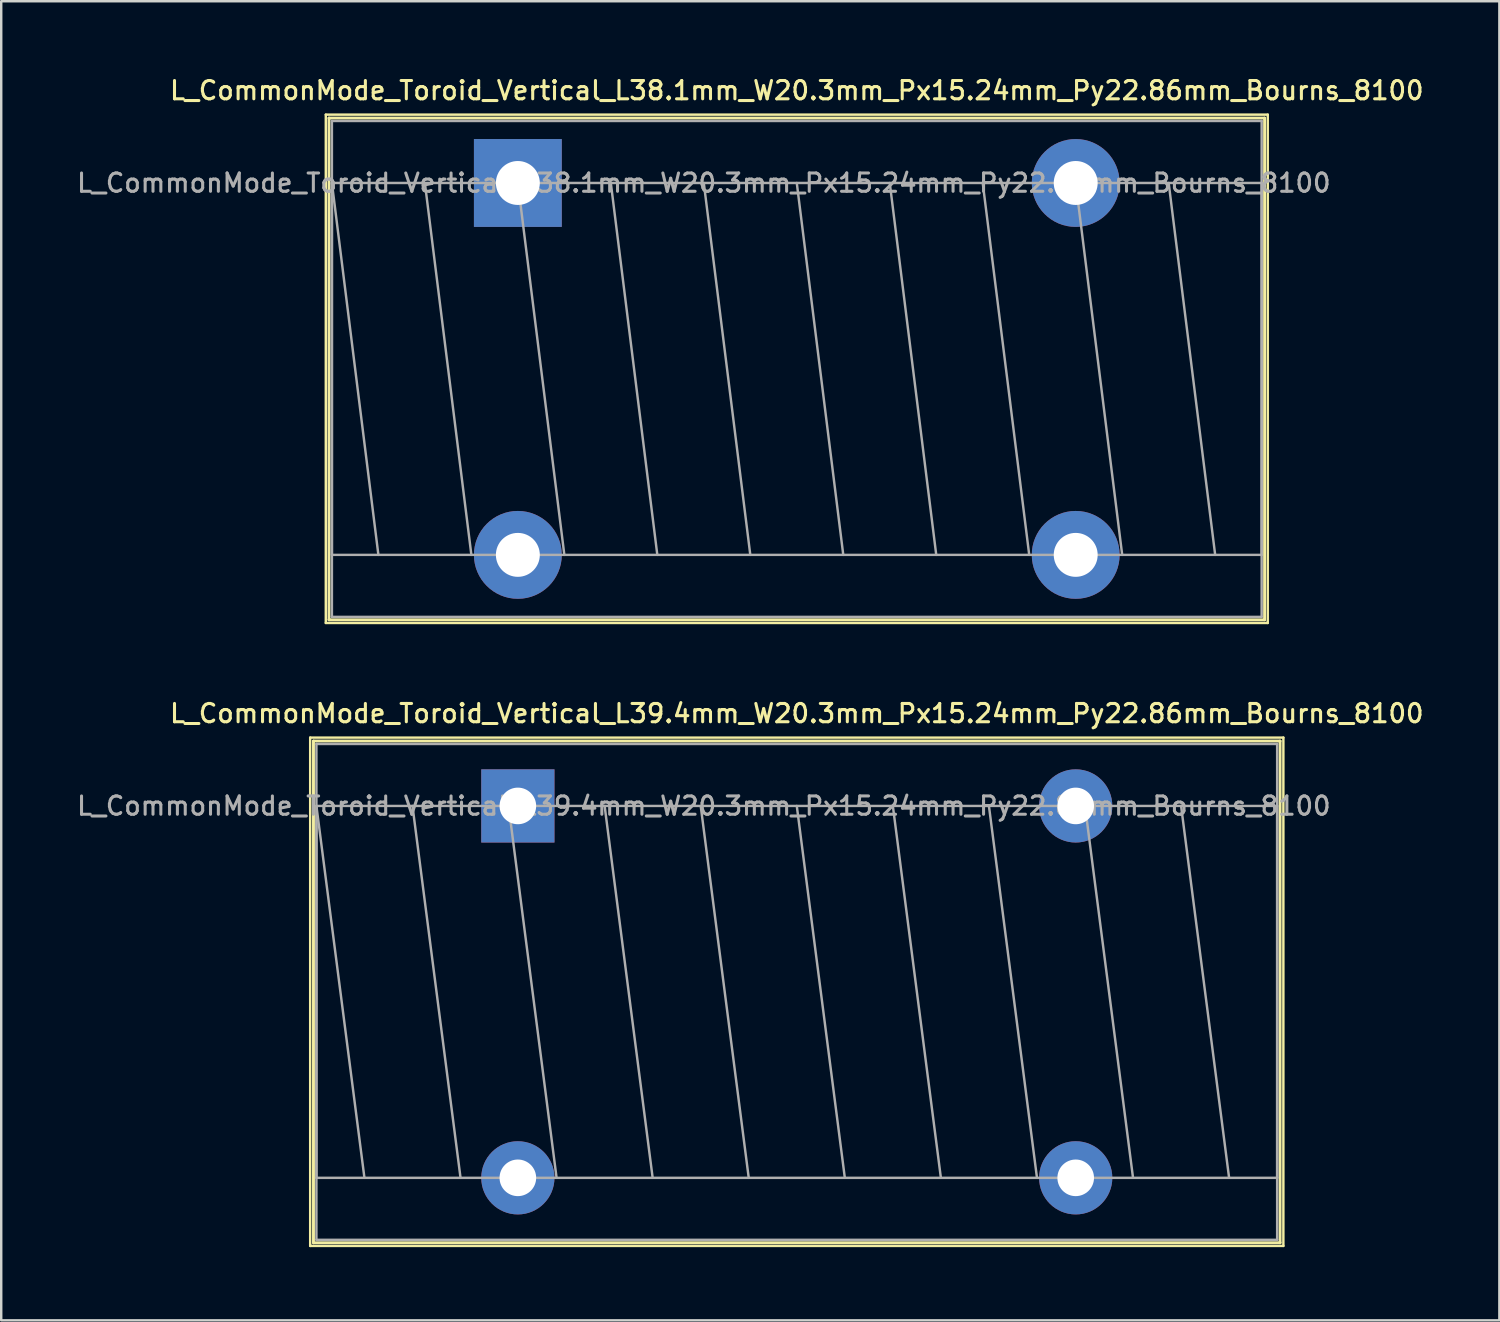
<source format=kicad_pcb>
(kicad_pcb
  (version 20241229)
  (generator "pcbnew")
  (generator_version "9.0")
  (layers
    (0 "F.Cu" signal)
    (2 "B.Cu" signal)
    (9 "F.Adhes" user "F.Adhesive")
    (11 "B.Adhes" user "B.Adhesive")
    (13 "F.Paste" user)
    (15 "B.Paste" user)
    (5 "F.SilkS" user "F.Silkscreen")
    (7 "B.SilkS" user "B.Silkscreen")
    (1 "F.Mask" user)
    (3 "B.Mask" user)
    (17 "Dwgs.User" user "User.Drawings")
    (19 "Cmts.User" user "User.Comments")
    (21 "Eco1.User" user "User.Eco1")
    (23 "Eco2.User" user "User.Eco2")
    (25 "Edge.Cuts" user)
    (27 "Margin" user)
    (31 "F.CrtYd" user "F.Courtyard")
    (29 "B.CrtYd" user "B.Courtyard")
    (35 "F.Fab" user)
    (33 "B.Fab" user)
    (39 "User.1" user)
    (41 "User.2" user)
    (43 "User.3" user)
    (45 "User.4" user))
  (footprint "L_CommonMode_Toroid_Vertical_L39.4mm_W20.3mm_Px15.24mm_Py22.86mm_Bourns_8100"
    (layer "F.Cu")
    (at 18.171 29.976)
    (property "Reference" "L_CommonMode_Toroid_Vertical_L39.4mm_W20.3mm_Px15.24mm_Py22.86mm_Bourns_8100" (at 11.43 -3.79 0) (layer "F.SilkS") (effects (font (size 0.75 0.75) (thickness 0.125))))
    (attr through_hole)
    (fp_line (start -8.51 -2.8) (end -8.51 18.03) (stroke (width 0.1) (type solid)) (layer "F.SilkS"))
    (fp_line (start -8.51 18.03) (end 31.37 18.03) (stroke (width 0.1) (type solid)) (layer "F.SilkS"))
    (fp_line (start -8.375 -2.66) (end -8.375 17.9) (stroke (width 0.12) (type solid)) (layer "F.SilkS"))
    (fp_line (start -8.375 -2.66) (end 31.235 -2.66) (stroke (width 0.12) (type solid)) (layer "F.SilkS"))
    (fp_line (start -8.375 17.9) (end 31.235 17.9) (stroke (width 0.12) (type solid)) (layer "F.SilkS"))
    (fp_line (start 31.235 -2.66) (end 31.235 17.9) (stroke (width 0.12) (type solid)) (layer "F.SilkS"))
    (fp_line (start 31.37 -2.8) (end -8.51 -2.8) (stroke (width 0.1) (type solid)) (layer "F.SilkS"))
    (fp_line (start 31.37 18.03) (end 31.37 -2.8) (stroke (width 0.1) (type solid)) (layer "F.SilkS"))
    (fp_line (start -8.255 -2.54) (end -8.255 17.78) (stroke (width 0.1) (type solid)) (layer "F.Fab"))
    (fp_line (start -8.255 0) (end -8.255 15.24) (stroke (width 0.1) (type solid)) (layer "F.Fab"))
    (fp_line (start -8.255 0) (end -6.287 15.24) (stroke (width 0.1) (type solid)) (layer "F.Fab"))
    (fp_line (start -8.255 15.24) (end 31.115 15.24) (stroke (width 0.1) (type solid)) (layer "F.Fab"))
    (fp_line (start -8.255 17.78) (end 31.115 17.78) (stroke (width 0.1) (type solid)) (layer "F.Fab"))
    (fp_line (start -4.318 0) (end -2.349 15.24) (stroke (width 0.1) (type solid)) (layer "F.Fab"))
    (fp_line (start -0.381 0) (end 1.587 15.24) (stroke (width 0.1) (type solid)) (layer "F.Fab"))
    (fp_line (start 3.556 0) (end 5.524 15.24) (stroke (width 0.1) (type solid)) (layer "F.Fab"))
    (fp_line (start 7.493 0) (end 9.461 15.24) (stroke (width 0.1) (type solid)) (layer "F.Fab"))
    (fp_line (start 11.43 0) (end 13.399 15.24) (stroke (width 0.1) (type solid)) (layer "F.Fab"))
    (fp_line (start 15.367 0) (end 17.335 15.24) (stroke (width 0.1) (type solid)) (layer "F.Fab"))
    (fp_line (start 19.304 0) (end 21.273 15.24) (stroke (width 0.1) (type solid)) (layer "F.Fab"))
    (fp_line (start 23.241 0) (end 25.209 15.24) (stroke (width 0.1) (type solid)) (layer "F.Fab"))
    (fp_line (start 27.178 0) (end 29.146 15.24) (stroke (width 0.1) (type solid)) (layer "F.Fab"))
    (fp_line (start 31.115 -2.54) (end -8.255 -2.54) (stroke (width 0.1) (type solid)) (layer "F.Fab"))
    (fp_line (start 31.115 0) (end -8.255 0) (stroke (width 0.1) (type solid)) (layer "F.Fab"))
    (fp_line (start 31.115 15.24) (end 31.115 0) (stroke (width 0.1) (type solid)) (layer "F.Fab"))
    (fp_line (start 31.115 17.78) (end 31.115 -2.54) (stroke (width 0.1) (type solid)) (layer "F.Fab"))
    (fp_text user "${REFERENCE}" (at 7.62 0 0) (layer "F.Fab") (effects (font (size 0.75 0.75) (thickness 0.125))))
    (pad "1" thru_hole rect (at 0 0) (size 3 3) (drill 1.5) (layers "*.Cu" "*.Mask"))
    (pad "2" thru_hole circle (at 0 15.24) (size 3 3) (drill 1.5) (layers "*.Cu" "*.Mask"))
    (pad "3" thru_hole circle (at 22.86 15.24) (size 3 3) (drill 1.5) (layers "*.Cu" "*.Mask"))
    (pad "4" thru_hole circle (at 22.86 0) (size 3 3) (drill 1.5) (layers "*.Cu" "*.Mask")))
  (footprint "L_CommonMode_Toroid_Vertical_L38.1mm_W20.3mm_Px15.24mm_Py22.86mm_Bourns_8100"
    (layer "F.Cu")
    (at 18.171 4.448)
    (property "Reference" "L_CommonMode_Toroid_Vertical_L38.1mm_W20.3mm_Px15.24mm_Py22.86mm_Bourns_8100" (at 11.43 -3.79 0) (layer "F.SilkS") (effects (font (size 0.75 0.75) (thickness 0.125))))
    (attr through_hole)
    (fp_line (start -7.87 -2.8) (end -7.87 18.03) (stroke (width 0.1) (type solid)) (layer "F.SilkS"))
    (fp_line (start -7.87 18.03) (end 30.73 18.03) (stroke (width 0.1) (type solid)) (layer "F.SilkS"))
    (fp_line (start -7.74 -2.66) (end -7.74 17.9) (stroke (width 0.12) (type solid)) (layer "F.SilkS"))
    (fp_line (start -7.74 -2.66) (end 30.6 -2.66) (stroke (width 0.12) (type solid)) (layer "F.SilkS"))
    (fp_line (start -7.74 17.9) (end 30.6 17.9) (stroke (width 0.12) (type solid)) (layer "F.SilkS"))
    (fp_line (start 30.6 -2.66) (end 30.6 17.9) (stroke (width 0.12) (type solid)) (layer "F.SilkS"))
    (fp_line (start 30.73 -2.8) (end -7.87 -2.8) (stroke (width 0.1) (type solid)) (layer "F.SilkS"))
    (fp_line (start 30.73 18.03) (end 30.73 -2.8) (stroke (width 0.1) (type solid)) (layer "F.SilkS"))
    (fp_line (start -7.62 -2.54) (end -7.62 17.78) (stroke (width 0.1) (type solid)) (layer "F.Fab"))
    (fp_line (start -7.62 0) (end -7.62 15.24) (stroke (width 0.1) (type solid)) (layer "F.Fab"))
    (fp_line (start -7.62 0) (end -5.715 15.24) (stroke (width 0.1) (type solid)) (layer "F.Fab"))
    (fp_line (start -7.62 15.24) (end 30.48 15.24) (stroke (width 0.1) (type solid)) (layer "F.Fab"))
    (fp_line (start -7.62 17.78) (end 30.48 17.78) (stroke (width 0.1) (type solid)) (layer "F.Fab"))
    (fp_line (start -3.81 0) (end -1.905 15.24) (stroke (width 0.1) (type solid)) (layer "F.Fab"))
    (fp_line (start 0 0) (end 1.905 15.24) (stroke (width 0.1) (type solid)) (layer "F.Fab"))
    (fp_line (start 3.81 0) (end 5.715 15.24) (stroke (width 0.1) (type solid)) (layer "F.Fab"))
    (fp_line (start 7.62 0) (end 9.525 15.24) (stroke (width 0.1) (type solid)) (layer "F.Fab"))
    (fp_line (start 11.43 0) (end 13.335 15.24) (stroke (width 0.1) (type solid)) (layer "F.Fab"))
    (fp_line (start 15.24 0) (end 17.145 15.24) (stroke (width 0.1) (type solid)) (layer "F.Fab"))
    (fp_line (start 19.05 0) (end 20.955 15.24) (stroke (width 0.1) (type solid)) (layer "F.Fab"))
    (fp_line (start 22.86 0) (end 24.765 15.24) (stroke (width 0.1) (type solid)) (layer "F.Fab"))
    (fp_line (start 26.67 0) (end 28.575 15.24) (stroke (width 0.1) (type solid)) (layer "F.Fab"))
    (fp_line (start 30.48 -2.54) (end -7.62 -2.54) (stroke (width 0.1) (type solid)) (layer "F.Fab"))
    (fp_line (start 30.48 0) (end -7.62 0) (stroke (width 0.1) (type solid)) (layer "F.Fab"))
    (fp_line (start 30.48 15.24) (end 30.48 0) (stroke (width 0.1) (type solid)) (layer "F.Fab"))
    (fp_line (start 30.48 17.78) (end 30.48 -2.54) (stroke (width 0.1) (type solid)) (layer "F.Fab"))
    (fp_text user "${REFERENCE}" (at 7.62 0 0) (layer "F.Fab") (effects (font (size 0.75 0.75) (thickness 0.125))))
    (pad "1" thru_hole rect (at 0 0) (size 3.6 3.6) (drill 1.8) (layers "*.Cu" "*.Mask"))
    (pad "2" thru_hole circle (at 0 15.24) (size 3.6 3.6) (drill 1.8) (layers "*.Cu" "*.Mask"))
    (pad "3" thru_hole circle (at 22.86 15.24) (size 3.6 3.6) (drill 1.8) (layers "*.Cu" "*.Mask"))
    (pad "4" thru_hole circle (at 22.86 0) (size 3.6 3.6) (drill 1.8) (layers "*.Cu" "*.Mask")))
  (gr_rect
    (start -3 -3)
    (end 58.392 51.056)
    (stroke (width 0.1) (type default))
    (fill no)
    (layer "Edge.Cuts")))
</source>
